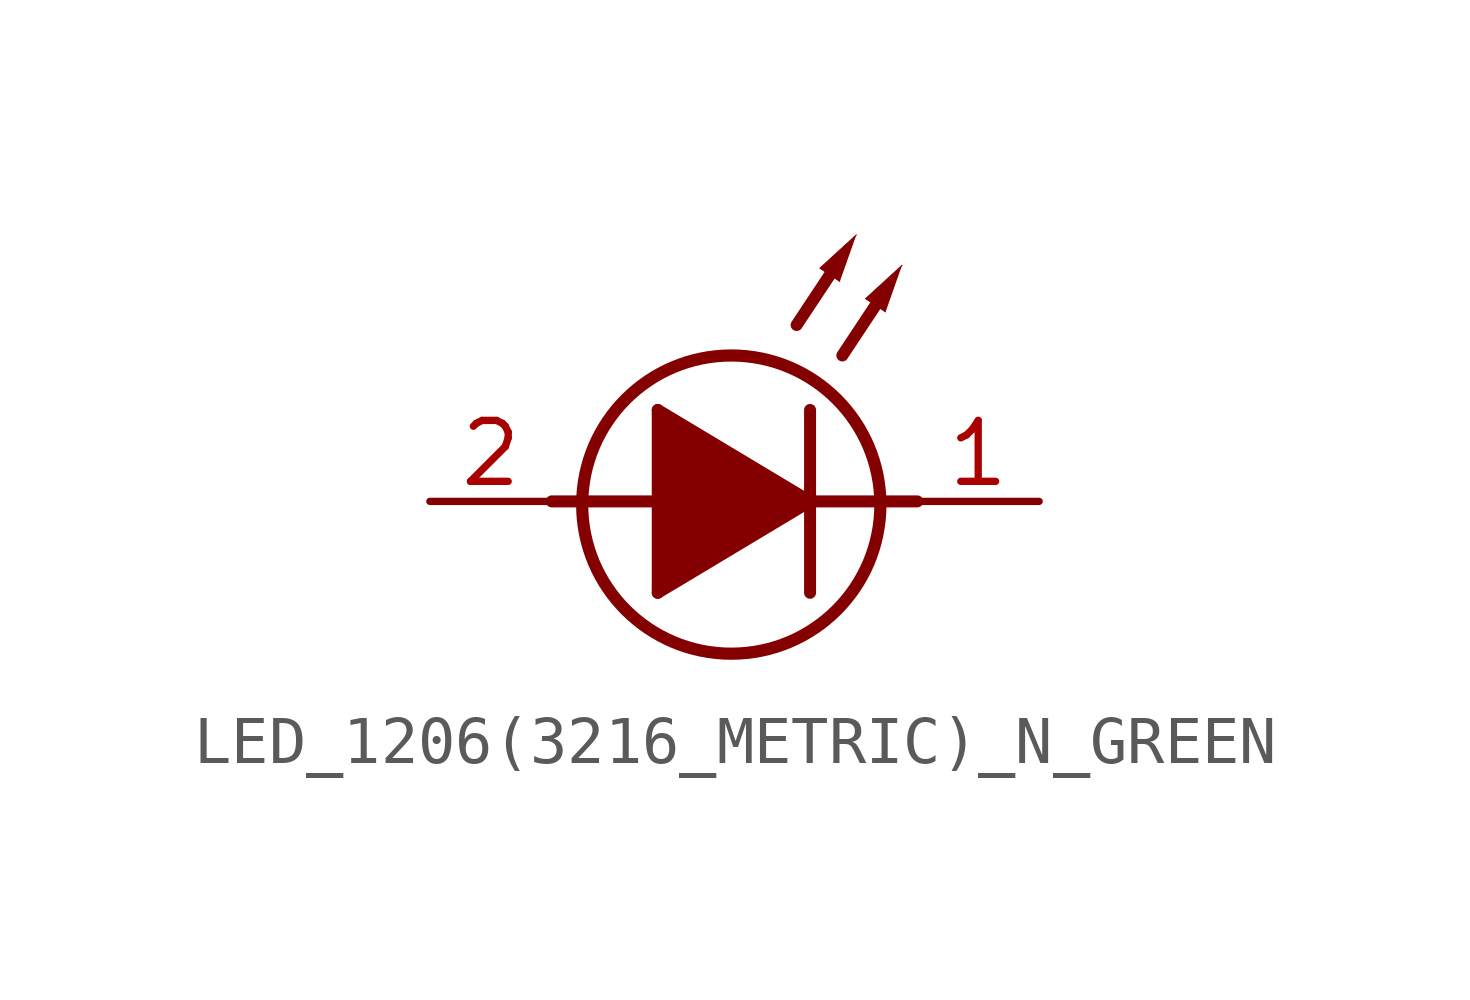
<source format=kicad_sym>
(kicad_symbol_lib
  (version 20231120)
  (generator "kicad_symbol_editor")
  (generator_version "8.0")
  (symbol "LED_1206(3216_METRIC)_N_GREEN"
    (property "Reference" "5V"
      (at 0 0 0)
      (effects (font (size 1.27 1.27)) (hide yes)))
    (property "ki_locked" ""
      (at 0 0 0)
      (effects (font (size 1.27 1.27))))
    (symbol "LED_1206(3216_METRIC)_N_GREEN_1_0"
      (circle (center -0.067 -0.067) (radius 3.108) (stroke (width 0.254) (type solid)) (fill (type none)))
      (polyline (pts (xy -3.81 0) (xy -1.6 0)) (stroke (width 0.25) (type solid)) (fill (type none)))
      (polyline (pts (xy -1.6 -1.905) (xy 1.575 0)) (stroke (width 0.25) (type solid)) (fill (type none)))
      (polyline (pts (xy -1.6 1.905) (xy -1.6 -1.905)) (stroke (width 0.25) (type solid)) (fill (type none)))
      (polyline (pts (xy 1.295 3.677) (xy 1.988 4.722)) (stroke (width 0.25) (type solid)) (fill (type none)))
      (polyline (pts (xy 1.575 -1.905) (xy 1.575 1.905)) (stroke (width 0.25) (type solid)) (fill (type none)))
      (polyline (pts (xy 1.575 0) (xy -1.6 1.905)) (stroke (width 0.25) (type solid)) (fill (type none)))
      (polyline (pts (xy 1.575 0) (xy 3.81 0)) (stroke (width 0.25) (type solid)) (fill (type none)))
      (polyline (pts (xy 2.248 3.042) (xy 2.94 4.087)) (stroke (width 0.25) (type solid)) (fill (type none)))
      (polyline (pts (xy -1.6 1.905) (xy 1.575 0) (xy -1.6 -1.905)) (stroke (width 0.002) (type solid)) (fill (type outline)))
      (polyline (pts (xy 2.54 5.556) (xy 1.779 4.86) (xy 2.196 4.584)) (stroke (width 0.002) (type solid)) (fill (type outline)))
      (polyline (pts (xy 3.492 4.921) (xy 2.732 4.225) (xy 3.149 3.949)) (stroke (width 0.002) (type solid)) (fill (type outline)))
      (pin passive line (at 6.35 0 180) (length 2.54) (name "K" (effects (font (size 0 0)))) (number "1" (effects (font (size 1.27 1.27)))))
      (pin passive line (at -6.35 0 0) (length 2.54) (name "A" (effects (font (size 0 0)))) (number "2" (effects (font (size 1.27 1.27))))))))
</source>
